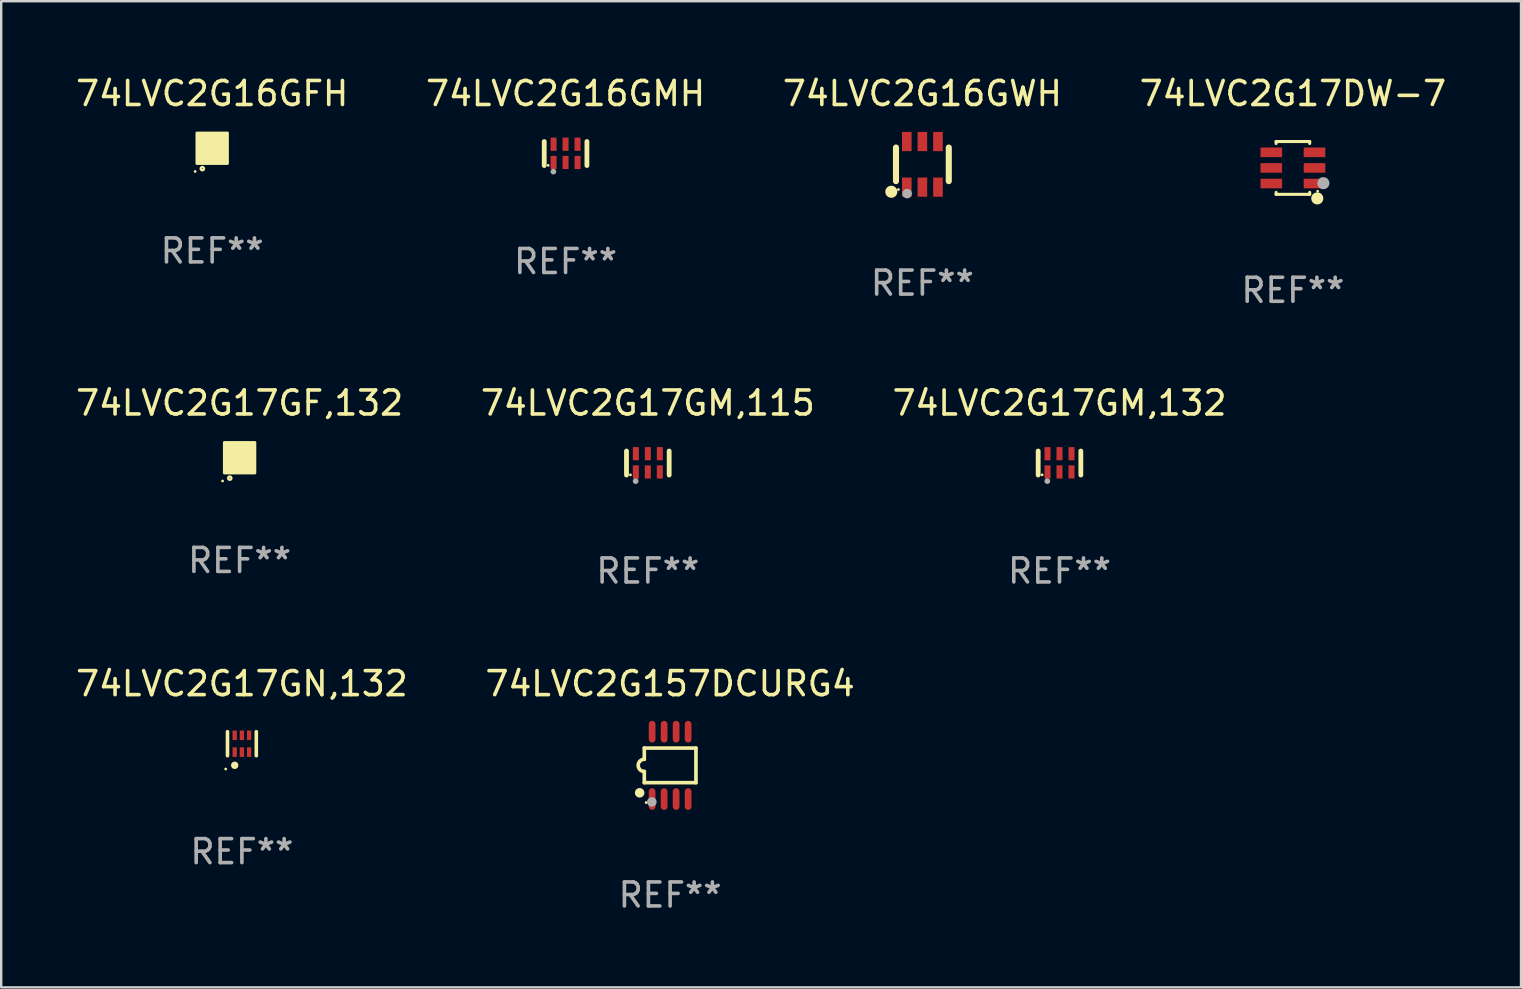
<source format=kicad_pcb>
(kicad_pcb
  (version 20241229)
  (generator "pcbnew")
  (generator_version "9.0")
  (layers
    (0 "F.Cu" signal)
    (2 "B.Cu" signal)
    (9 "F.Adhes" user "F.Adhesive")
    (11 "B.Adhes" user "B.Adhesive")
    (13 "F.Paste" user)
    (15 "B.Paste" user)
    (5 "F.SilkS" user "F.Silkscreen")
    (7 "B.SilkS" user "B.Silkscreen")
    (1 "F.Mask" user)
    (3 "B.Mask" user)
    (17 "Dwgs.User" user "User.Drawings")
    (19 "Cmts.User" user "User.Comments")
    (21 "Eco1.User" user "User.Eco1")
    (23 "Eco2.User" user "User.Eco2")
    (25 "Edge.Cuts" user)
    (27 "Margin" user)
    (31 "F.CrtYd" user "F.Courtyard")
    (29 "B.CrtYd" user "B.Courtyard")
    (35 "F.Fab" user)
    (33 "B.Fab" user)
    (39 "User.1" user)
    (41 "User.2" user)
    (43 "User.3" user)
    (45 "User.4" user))
  (footprint "74LVC2G157DCURG4"
    (layer "F.Cu")
    (at 24.875 28.844)
    (property "Reference" "74LVC2G157DCURG4" (at 0 -3.403 0) (layer "F.SilkS") (effects (font (size 1 1) (thickness 0.15))))
    (attr through_hole)
    (fp_line (start -1.076 -0.721) (end 1.076 -0.721) (stroke (width 0.152) (type solid)) (layer "F.SilkS"))
    (fp_line (start -1.076 -0.254) (end -1.076 -0.721) (stroke (width 0.152) (type solid)) (layer "F.SilkS"))
    (fp_line (start -1.076 0.254) (end -1.076 0.721) (stroke (width 0.152) (type solid)) (layer "F.SilkS"))
    (fp_line (start 1.076 -0.721) (end 1.076 0.721) (stroke (width 0.152) (type solid)) (layer "F.SilkS"))
    (fp_line (start 1.076 0.721) (end -1.076 0.721) (stroke (width 0.152) (type solid)) (layer "F.SilkS"))
    (fp_arc (start -1.076226 0.254051) (mid -1.330226 0.000051) (end -1.076226 -0.253949) (stroke (width 0.151994) (type solid)) (layer "F.SilkS"))
    (fp_circle (center -1.27 1.143) (end -1.17 1.143) (stroke (width 0.2) (type solid)) (fill no) (layer "F.SilkS"))
    (fp_circle (center -1 1.55) (end -0.97 1.55) (stroke (width 0.06) (type solid)) (fill no) (layer "F.SilkS"))
    (fp_circle (center -0.762 1.524) (end -0.662 1.524) (stroke (width 0.2) (type solid)) (fill no) (layer "F.Fab"))
    (fp_text user "REF**" (at 0 5.403 0) (layer "F.Fab") (effects (font (size 1 1) (thickness 0.15))))
    (pad "1" smd oval (at -0.75 1.403) (size 0.28 0.905) (layers "F.Cu" "F.Mask" "F.Paste"))
    (pad "2" smd oval (at -0.25 1.403) (size 0.28 0.905) (layers "F.Cu" "F.Mask" "F.Paste"))
    (pad "3" smd oval (at 0.25 1.403) (size 0.28 0.905) (layers "F.Cu" "F.Mask" "F.Paste"))
    (pad "4" smd oval (at 0.75 1.403) (size 0.28 0.905) (layers "F.Cu" "F.Mask" "F.Paste"))
    (pad "5" smd oval (at 0.75 -1.403) (size 0.28 0.905) (layers "F.Cu" "F.Mask" "F.Paste"))
    (pad "6" smd oval (at 0.25 -1.403) (size 0.28 0.905) (layers "F.Cu" "F.Mask" "F.Paste"))
    (pad "7" smd oval (at -0.25 -1.403) (size 0.28 0.905) (layers "F.Cu" "F.Mask" "F.Paste"))
    (pad "8" smd oval (at -0.75 -1.403) (size 0.28 0.905) (layers "F.Cu" "F.Mask" "F.Paste")))
  (footprint "74LVC2G16GWH"
    (layer "F.Cu")
    (at 35.387 3.798)
    (property "Reference" "74LVC2G16GWH" (at 0 -2.95 0) (layer "F.SilkS") (effects (font (size 1 1) (thickness 0.15))))
    (attr through_hole)
    (fp_line (start -1.1 -0.7) (end -1.1 0.7) (stroke (width 0.254) (type solid)) (layer "F.SilkS"))
    (fp_line (start 1.1 -0.7) (end 1.1 0.7) (stroke (width 0.254) (type solid)) (layer "F.SilkS"))
    (fp_circle (center -1.295 1.143) (end -1.168 1.143) (stroke (width 0.254) (type solid)) (fill no) (layer "F.SilkS"))
    (fp_circle (center -1 1.05) (end -0.97 1.05) (stroke (width 0.06) (type solid)) (fill no) (layer "F.SilkS"))
    (fp_circle (center -0.635 1.219) (end -0.535 1.219) (stroke (width 0.2) (type solid)) (fill no) (layer "F.Fab"))
    (fp_text user "REF**" (at 0 4.95 0) (layer "F.Fab") (effects (font (size 1 1) (thickness 0.15))))
    (pad "1" smd rect (at -0.65 0.95) (size 0.4 0.8) (layers "F.Cu" "F.Mask" "F.Paste"))
    (pad "2" smd rect (at 0 0.95) (size 0.4 0.8) (layers "F.Cu" "F.Mask" "F.Paste"))
    (pad "3" smd rect (at 0.65 0.95) (size 0.4 0.8) (layers "F.Cu" "F.Mask" "F.Paste"))
    (pad "4" smd rect (at 0.65 -0.95) (size 0.4 0.8) (layers "F.Cu" "F.Mask" "F.Paste"))
    (pad "5" smd rect (at 0 -0.95) (size 0.4 0.8) (layers "F.Cu" "F.Mask" "F.Paste"))
    (pad "6" smd rect (at -0.65 -0.95) (size 0.4 0.8) (layers "F.Cu" "F.Mask" "F.Paste")))
  (footprint "74LVC2G17GM,115"
    (layer "F.Cu")
    (at 23.946 16.245)
    (property "Reference" "74LVC2G17GM,115" (at 0 -2.5 0) (layer "F.SilkS") (effects (font (size 1 1) (thickness 0.15))))
    (attr through_hole)
    (fp_line (start -0.889 0.5) (end -0.889 -0.5) (stroke (width 0.2) (type solid)) (layer "F.SilkS"))
    (fp_line (start 0.889 0.5) (end 0.889 -0.5) (stroke (width 0.2) (type solid)) (layer "F.SilkS"))
    (fp_circle (center -0.725 0.492) (end -0.695 0.492) (stroke (width 0.06) (type solid)) (fill no) (layer "F.SilkS"))
    (fp_circle (center -0.508 0.754) (end -0.448 0.754) (stroke (width 0.12) (type solid)) (fill no) (layer "F.Fab"))
    (fp_text user "REF**" (at 0 4.5 0) (layer "F.Fab") (effects (font (size 1 1) (thickness 0.15))))
    (pad "1" smd rect (at -0.5 0.372) (size 0.25 0.55) (layers "F.Cu" "F.Mask" "F.Paste"))
    (pad "2" smd rect (at -0.000127 0.372) (size 0.25 0.55) (layers "F.Cu" "F.Mask" "F.Paste"))
    (pad "3" smd rect (at 0.5 0.372) (size 0.25 0.55) (layers "F.Cu" "F.Mask" "F.Paste"))
    (pad "4" smd rect (at 0.5 -0.388 180) (size 0.25 0.55) (layers "F.Cu" "F.Mask" "F.Paste"))
    (pad "5" smd rect (at -0.000127 -0.388 180) (size 0.25 0.55) (layers "F.Cu" "F.Mask" "F.Paste"))
    (pad "6" smd rect (at -0.5 -0.388 180) (size 0.25 0.55) (layers "F.Cu" "F.Mask" "F.Paste")))
  (footprint "74LVC2G17GN,132"
    (layer "F.Cu")
    (at 7.03 27.941)
    (property "Reference" "74LVC2G17GN,132" (at 0 -2.5 0) (layer "F.SilkS") (effects (font (size 1 1) (thickness 0.15))))
    (attr through_hole)
    (fp_line (start -0.6 -0.5) (end -0.6 0.5) (stroke (width 0.15) (type solid)) (layer "F.SilkS"))
    (fp_line (start 0.6 0.5) (end 0.6 -0.5) (stroke (width 0.15) (type solid)) (layer "F.SilkS"))
    (fp_circle (center -0.675 1.055) (end -0.645 1.055) (stroke (width 0.06) (type solid)) (fill no) (layer "F.SilkS"))
    (fp_circle (center -0.3 0.9) (end -0.22 0.9) (stroke (width 0.15) (type solid)) (fill no) (layer "F.SilkS"))
    (fp_text user "REF**" (at 0 4.5 0) (layer "F.Fab") (effects (font (size 1 1) (thickness 0.15))))
    (pad "1" smd rect (at -0.3 0.35) (size 0.18 0.4) (layers "F.Cu" "F.Mask" "F.Paste"))
    (pad "2" smd rect (at 0.000025 0.35) (size 0.18 0.4) (layers "F.Cu" "F.Mask" "F.Paste"))
    (pad "3" smd rect (at 0.3 0.35) (size 0.18 0.4) (layers "F.Cu" "F.Mask" "F.Paste"))
    (pad "4" smd rect (at 0.3 -0.35) (size 0.18 0.4) (layers "F.Cu" "F.Mask" "F.Paste"))
    (pad "5" smd rect (at 0.000025 -0.35) (size 0.18 0.4) (layers "F.Cu" "F.Mask" "F.Paste"))
    (pad "6" smd rect (at -0.3 -0.35) (size 0.18 0.4) (layers "F.Cu" "F.Mask" "F.Paste")))
  (footprint "74LVC2G16GFH"
    (layer "F.Cu")
    (at 5.792 3.128)
    (property "Reference" "74LVC2G16GFH" (at 0 -2.28 0) (layer "F.SilkS") (effects (font (size 1 1) (thickness 0.15))))
    (attr through_hole)
    (fp_circle (center -0.71 0.968) (end -0.68 0.968) (stroke (width 0.06) (type solid)) (fill no) (layer "F.SilkS"))
    (fp_circle (center -0.41 0.85) (end -0.342 0.85) (stroke (width 0.1) (type solid)) (fill no) (layer "F.SilkS"))
    (fp_poly (pts (xy -0.635 -0.635) (xy 0.635 -0.635) (xy 0.635 0.635) (xy -0.635 0.635)) (stroke (width 0.12) (type solid)) (fill yes) (layer "F.SilkS"))
    (fp_text user "REF**" (at 0 4.28 0) (layer "F.Fab") (effects (font (size 1 1) (thickness 0.15))))
    (pad "1" smd rect (at -0.35 0.28 90) (size 0.35 0.2) (layers "F.Cu" "F.Mask" "F.Paste"))
    (pad "2" smd rect (at 0 0.28 90) (size 0.35 0.2) (layers "F.Cu" "F.Mask" "F.Paste"))
    (pad "3" smd rect (at 0.35 0.28 90) (size 0.35 0.2) (layers "F.Cu" "F.Mask" "F.Paste"))
    (pad "4" smd rect (at 0.35 -0.28 90) (size 0.35 0.2) (layers "F.Cu" "F.Mask" "F.Paste"))
    (pad "5" smd rect (at 0 -0.28 90) (size 0.35 0.2) (layers "F.Cu" "F.Mask" "F.Paste"))
    (pad "6" smd rect (at -0.35 -0.28 90) (size 0.35 0.2) (layers "F.Cu" "F.Mask" "F.Paste")))
  (footprint "74LVC2G17GM,132"
    (layer "F.Cu")
    (at 41.101 16.245)
    (property "Reference" "74LVC2G17GM,132" (at 0 -2.5 0) (layer "F.SilkS") (effects (font (size 1 1) (thickness 0.15))))
    (attr through_hole)
    (fp_line (start -0.889 0.5) (end -0.889 -0.5) (stroke (width 0.2) (type solid)) (layer "F.SilkS"))
    (fp_line (start 0.889 0.5) (end 0.889 -0.5) (stroke (width 0.2) (type solid)) (layer "F.SilkS"))
    (fp_circle (center -0.725 0.492) (end -0.695 0.492) (stroke (width 0.06) (type solid)) (fill no) (layer "F.SilkS"))
    (fp_circle (center -0.508 0.754) (end -0.448 0.754) (stroke (width 0.12) (type solid)) (fill no) (layer "F.Fab"))
    (fp_text user "REF**" (at 0 4.5 0) (layer "F.Fab") (effects (font (size 1 1) (thickness 0.15))))
    (pad "1" smd rect (at -0.5 0.372) (size 0.25 0.55) (layers "F.Cu" "F.Mask" "F.Paste"))
    (pad "2" smd rect (at -0.000127 0.372) (size 0.25 0.55) (layers "F.Cu" "F.Mask" "F.Paste"))
    (pad "3" smd rect (at 0.5 0.372) (size 0.25 0.55) (layers "F.Cu" "F.Mask" "F.Paste"))
    (pad "4" smd rect (at 0.5 -0.388 180) (size 0.25 0.55) (layers "F.Cu" "F.Mask" "F.Paste"))
    (pad "5" smd rect (at -0.000127 -0.388 180) (size 0.25 0.55) (layers "F.Cu" "F.Mask" "F.Paste"))
    (pad "6" smd rect (at -0.5 -0.388 180) (size 0.25 0.55) (layers "F.Cu" "F.Mask" "F.Paste")))
  (footprint "74LVC2G17DW-7"
    (layer "F.Cu")
    (at 50.827 3.948)
    (property "Reference" "74LVC2G17DW-7" (at 0 -3.1 0) (layer "F.SilkS") (effects (font (size 1 1) (thickness 0.15))))
    (attr through_hole)
    (fp_line (start -0.7 -1.018) (end -0.7 -1.1) (stroke (width 0.127) (type solid)) (layer "F.SilkS"))
    (fp_line (start -0.7 1.1) (end -0.7 1.018) (stroke (width 0.127) (type solid)) (layer "F.SilkS"))
    (fp_line (start 0.7 -1.1) (end -0.7 -1.1) (stroke (width 0.127) (type solid)) (layer "F.SilkS"))
    (fp_line (start 0.7 -1.018) (end 0.7 -1.1) (stroke (width 0.127) (type solid)) (layer "F.SilkS"))
    (fp_line (start 0.7 1.1) (end -0.7 1.1) (stroke (width 0.127) (type solid)) (layer "F.SilkS"))
    (fp_line (start 0.7 1.1) (end 0.7 1.018) (stroke (width 0.127) (type solid)) (layer "F.SilkS"))
    (fp_circle (center 1.016 1.27) (end 1.143 1.27) (stroke (width 0.254) (type solid)) (fill no) (layer "F.SilkS"))
    (fp_circle (center 1.032 0.97) (end 1.062 0.97) (stroke (width 0.06) (type solid)) (fill no) (layer "F.SilkS"))
    (fp_circle (center 1.27 0.635) (end 1.397 0.635) (stroke (width 0.254) (type solid)) (fill no) (layer "F.Fab"))
    (fp_text user "REF**" (at 0 5.1 0) (layer "F.Fab") (effects (font (size 1 1) (thickness 0.15))))
    (pad "1" smd rect (at 0.9 0.65 90) (size 0.4 0.9) (layers "F.Cu" "F.Mask" "F.Paste"))
    (pad "2" smd rect (at 0.9 -0.000102 90) (size 0.4 0.9) (layers "F.Cu" "F.Mask" "F.Paste"))
    (pad "3" smd rect (at 0.9 -0.65 90) (size 0.4 0.9) (layers "F.Cu" "F.Mask" "F.Paste"))
    (pad "4" smd rect (at -0.9 -0.65 90) (size 0.4 0.9) (layers "F.Cu" "F.Mask" "F.Paste"))
    (pad "5" smd rect (at -0.9 -0.000102 90) (size 0.4 0.9) (layers "F.Cu" "F.Mask" "F.Paste"))
    (pad "6" smd rect (at -0.9 0.65 90) (size 0.4 0.9) (layers "F.Cu" "F.Mask" "F.Paste")))
  (footprint "74LVC2G17GF,132"
    (layer "F.Cu")
    (at 6.935 16.025)
    (property "Reference" "74LVC2G17GF,132" (at 0 -2.28 0) (layer "F.SilkS") (effects (font (size 1 1) (thickness 0.15))))
    (attr through_hole)
    (fp_circle (center -0.71 0.968) (end -0.68 0.968) (stroke (width 0.06) (type solid)) (fill no) (layer "F.SilkS"))
    (fp_circle (center -0.41 0.85) (end -0.342 0.85) (stroke (width 0.1) (type solid)) (fill no) (layer "F.SilkS"))
    (fp_poly (pts (xy -0.635 -0.635) (xy 0.635 -0.635) (xy 0.635 0.635) (xy -0.635 0.635)) (stroke (width 0.12) (type solid)) (fill yes) (layer "F.SilkS"))
    (fp_text user "REF**" (at 0 4.28 0) (layer "F.Fab") (effects (font (size 1 1) (thickness 0.15))))
    (pad "1" smd rect (at -0.35 0.28 90) (size 0.35 0.2) (layers "F.Cu" "F.Mask" "F.Paste"))
    (pad "2" smd rect (at 0 0.28 90) (size 0.35 0.2) (layers "F.Cu" "F.Mask" "F.Paste"))
    (pad "3" smd rect (at 0.35 0.28 90) (size 0.35 0.2) (layers "F.Cu" "F.Mask" "F.Paste"))
    (pad "4" smd rect (at 0.35 -0.28 90) (size 0.35 0.2) (layers "F.Cu" "F.Mask" "F.Paste"))
    (pad "5" smd rect (at 0 -0.28 90) (size 0.35 0.2) (layers "F.Cu" "F.Mask" "F.Paste"))
    (pad "6" smd rect (at -0.35 -0.28 90) (size 0.35 0.2) (layers "F.Cu" "F.Mask" "F.Paste")))
  (footprint "74LVC2G16GMH"
    (layer "F.Cu")
    (at 20.518 3.348)
    (property "Reference" "74LVC2G16GMH" (at 0 -2.5 0) (layer "F.SilkS") (effects (font (size 1 1) (thickness 0.15))))
    (attr through_hole)
    (fp_line (start -0.889 0.5) (end -0.889 -0.5) (stroke (width 0.2) (type solid)) (layer "F.SilkS"))
    (fp_line (start 0.889 0.5) (end 0.889 -0.5) (stroke (width 0.2) (type solid)) (layer "F.SilkS"))
    (fp_circle (center -0.725 0.492) (end -0.695 0.492) (stroke (width 0.06) (type solid)) (fill no) (layer "F.SilkS"))
    (fp_circle (center -0.508 0.754) (end -0.448 0.754) (stroke (width 0.12) (type solid)) (fill no) (layer "F.Fab"))
    (fp_text user "REF**" (at 0 4.5 0) (layer "F.Fab") (effects (font (size 1 1) (thickness 0.15))))
    (pad "1" smd rect (at -0.5 0.372) (size 0.25 0.55) (layers "F.Cu" "F.Mask" "F.Paste"))
    (pad "2" smd rect (at -0.000127 0.372) (size 0.25 0.55) (layers "F.Cu" "F.Mask" "F.Paste"))
    (pad "3" smd rect (at 0.5 0.372) (size 0.25 0.55) (layers "F.Cu" "F.Mask" "F.Paste"))
    (pad "4" smd rect (at 0.5 -0.388 180) (size 0.25 0.55) (layers "F.Cu" "F.Mask" "F.Paste"))
    (pad "5" smd rect (at -0.000127 -0.388 180) (size 0.25 0.55) (layers "F.Cu" "F.Mask" "F.Paste"))
    (pad "6" smd rect (at -0.5 -0.388 180) (size 0.25 0.55) (layers "F.Cu" "F.Mask" "F.Paste")))
  (gr_rect
    (start -3 -3)
    (end 60.333 38.095)
    (stroke (width 0.1) (type default))
    (fill no)
    (layer "Edge.Cuts")))
</source>
